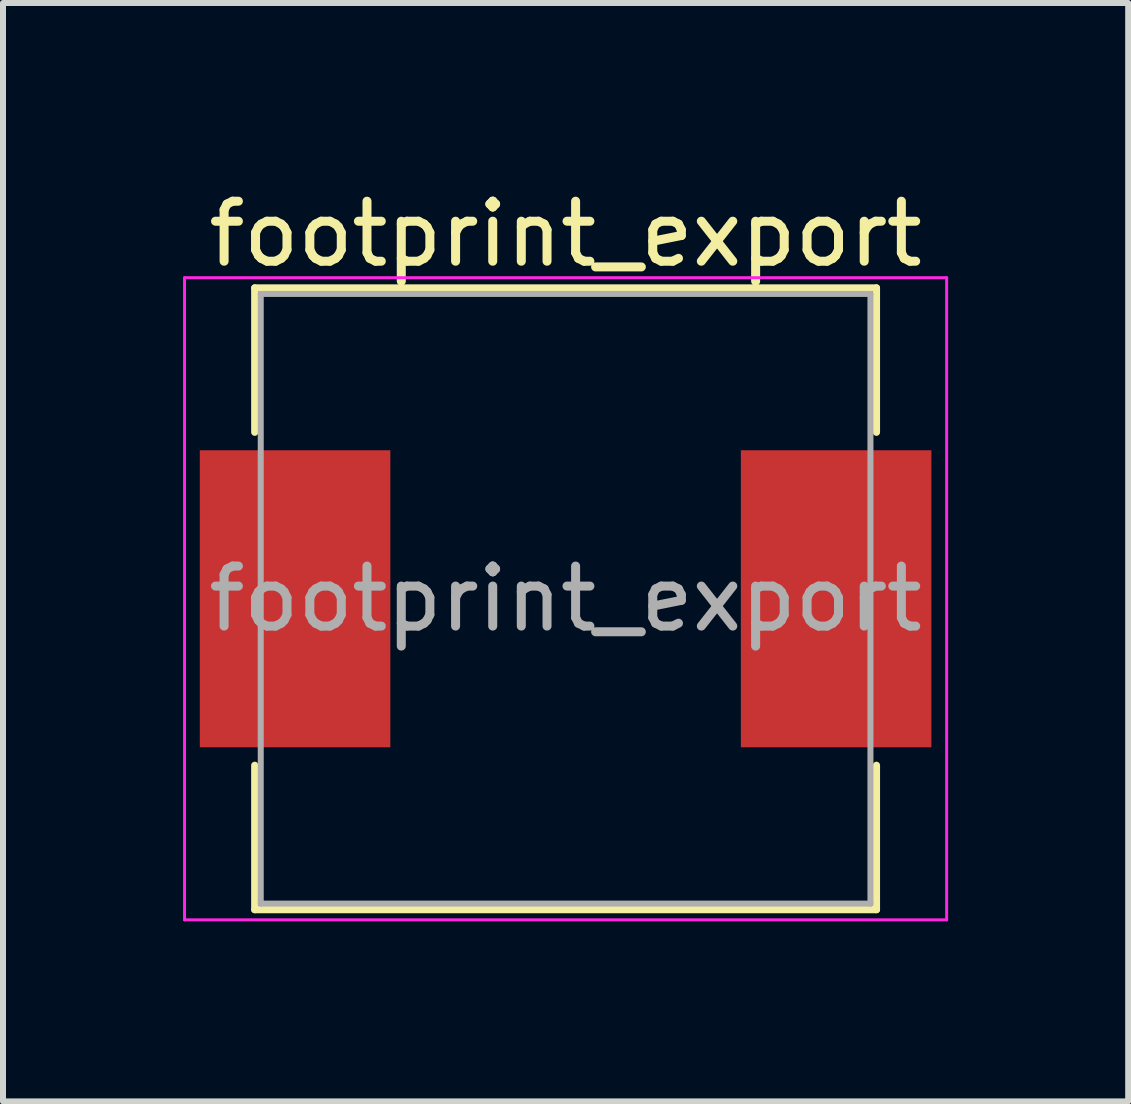
<source format=kicad_pcb>
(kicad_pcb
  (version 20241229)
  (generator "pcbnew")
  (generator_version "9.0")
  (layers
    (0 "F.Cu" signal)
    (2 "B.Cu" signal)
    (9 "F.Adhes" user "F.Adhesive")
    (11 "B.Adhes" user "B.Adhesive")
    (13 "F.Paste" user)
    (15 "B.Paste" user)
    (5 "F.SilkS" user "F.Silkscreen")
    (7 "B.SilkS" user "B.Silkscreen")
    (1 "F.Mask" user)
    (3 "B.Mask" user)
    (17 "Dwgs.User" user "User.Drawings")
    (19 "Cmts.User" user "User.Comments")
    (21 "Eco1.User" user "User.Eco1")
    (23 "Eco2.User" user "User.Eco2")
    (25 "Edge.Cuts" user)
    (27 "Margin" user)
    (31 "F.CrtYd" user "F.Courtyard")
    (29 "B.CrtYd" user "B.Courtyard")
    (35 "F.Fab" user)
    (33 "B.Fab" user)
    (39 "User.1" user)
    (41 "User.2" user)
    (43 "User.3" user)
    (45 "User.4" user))
  (footprint "footprint_export"
    (layer "F.Cu")
    (at 6.375 6.928)
    (property "Reference" "footprint_export" (at 0 -6.08 0) (layer "F.SilkS") (effects (font (size 1 1) (thickness 0.15))))
    (attr smd)
    (fp_line (start -5.18 -5.18) (end 5.18 -5.18) (stroke (width 0.12) (type solid)) (layer "F.SilkS"))
    (fp_line (start -5.18 -2.775) (end -5.18 -5.18) (stroke (width 0.12) (type solid)) (layer "F.SilkS"))
    (fp_line (start -5.18 2.775) (end -5.18 5.18) (stroke (width 0.12) (type solid)) (layer "F.SilkS"))
    (fp_line (start -5.18 5.18) (end 5.18 5.18) (stroke (width 0.12) (type solid)) (layer "F.SilkS"))
    (fp_line (start 5.18 -5.18) (end 5.18 -2.775) (stroke (width 0.12) (type solid)) (layer "F.SilkS"))
    (fp_line (start 5.18 5.18) (end 5.18 2.775) (stroke (width 0.12) (type solid)) (layer "F.SilkS"))
    (fp_line (start -6.35 -5.35) (end -6.35 5.35) (stroke (width 0.05) (type solid)) (layer "F.CrtYd"))
    (fp_line (start -6.35 5.35) (end 6.35 5.35) (stroke (width 0.05) (type solid)) (layer "F.CrtYd"))
    (fp_line (start 6.35 -5.35) (end -6.35 -5.35) (stroke (width 0.05) (type solid)) (layer "F.CrtYd"))
    (fp_line (start 6.35 5.35) (end 6.35 -5.35) (stroke (width 0.05) (type solid)) (layer "F.CrtYd"))
    (fp_line (start -5.08 -5.08) (end -5.08 5.08) (stroke (width 0.1) (type solid)) (layer "F.Fab"))
    (fp_line (start -5.08 5.08) (end 5.08 5.08) (stroke (width 0.1) (type solid)) (layer "F.Fab"))
    (fp_line (start 5.08 -5.08) (end -5.08 -5.08) (stroke (width 0.1) (type solid)) (layer "F.Fab"))
    (fp_line (start 5.08 5.08) (end 5.08 -5.08) (stroke (width 0.1) (type solid)) (layer "F.Fab"))
    (fp_text user "${REFERENCE}" (at 0 0 0) (layer "F.Fab") (effects (font (size 1 1) (thickness 0.15))))
    (pad "1" smd rect (at -4.508 0) (size 3.175 4.95) (layers "F.Cu" "F.Mask" "F.Paste"))
    (pad "2" smd rect (at 4.508 0) (size 3.175 4.95) (layers "F.Cu" "F.Mask" "F.Paste")))
  (gr_rect
    (start -3 -3)
    (end 15.75 15.303)
    (stroke (width 0.1) (type default))
    (fill no)
    (layer "Edge.Cuts")))
</source>
